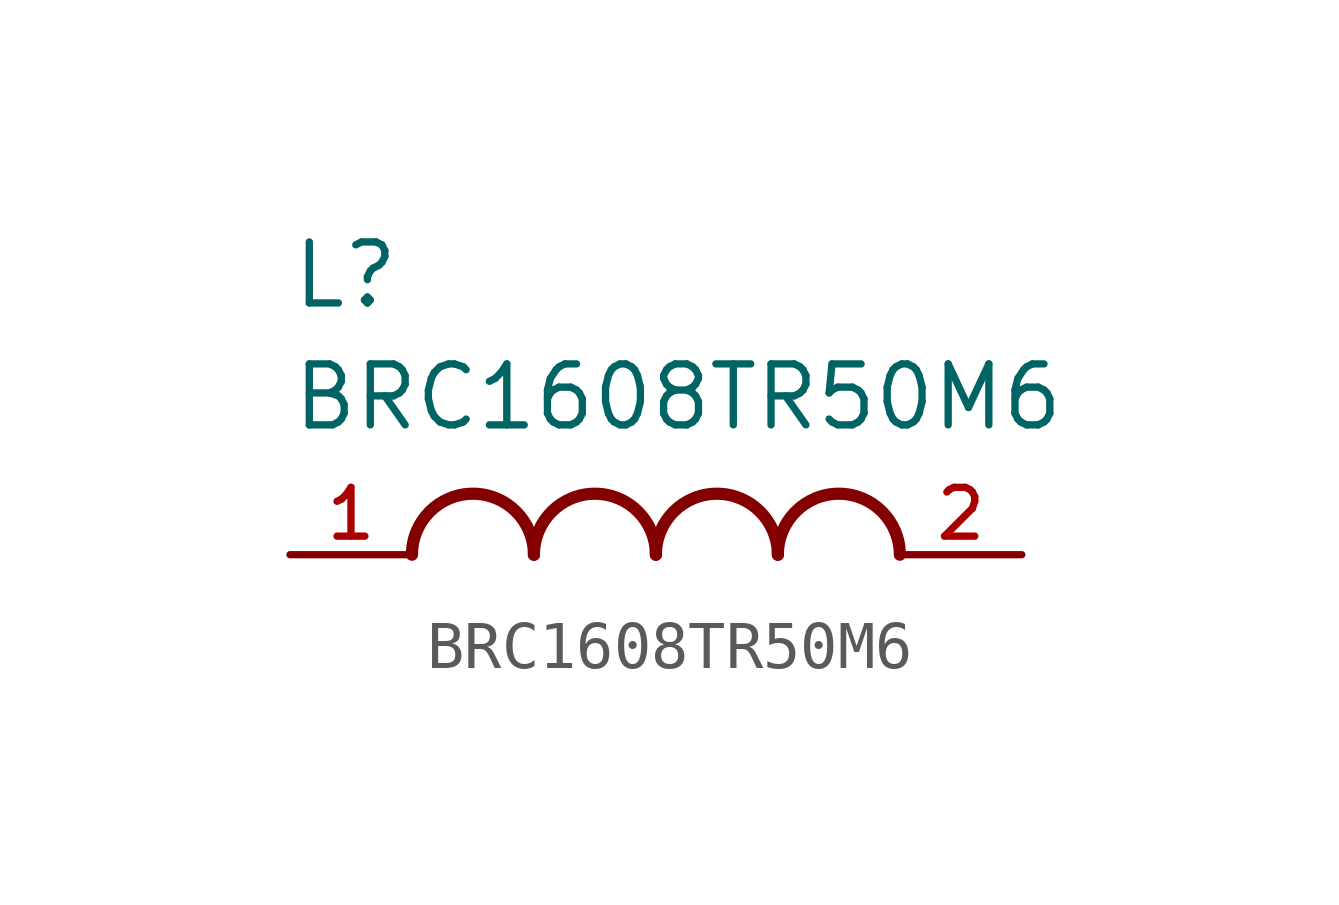
<source format=kicad_sym>
(kicad_symbol_lib
  (version 20211014)
  (generator kicad_symbol_editor)
  (symbol "BRC1608TR50M6"
    (pin_names
      (offset 1.016))
    (property "Reference" "L"
      (at -7.62 5.08 0)
      (effects (font (size 1.27 1.27)) (justify bottom left)))
    (property "Value" "BRC1608TR50M6"
      (at -7.62 2.54 0)
      (effects (font (size 1.27 1.27)) (justify bottom left)))
    (symbol "BRC1608TR50M6_0_0"
      (arc (start -2.54 0.0) (mid -3.81 1.27) (end -5.08 0.0) (stroke (width 0.254) (type default) (color 0 0 0 0)) (fill (type none)))
      (arc (start 0.0 0.0) (mid -1.27 1.27) (end -2.54 0.0) (stroke (width 0.254) (type default) (color 0 0 0 0)) (fill (type none)))
      (arc (start 2.54 0.0) (mid 1.27 1.27) (end 0.0 0.0) (stroke (width 0.254) (type default) (color 0 0 0 0)) (fill (type none)))
      (arc (start 5.08 0.0) (mid 3.81 1.27) (end 2.54 0.0) (stroke (width 0.254) (type default) (color 0 0 0 0)) (fill (type none)))
      (pin passive line (at -7.62 0.0 0) (length 2.54) (name "~" (effects (font (size 1.016 1.016)))) (number "1" (effects (font (size 1.016 1.016)))))
      (pin passive line (at 7.62 0.0 180.0) (length 2.54) (name "~" (effects (font (size 1.016 1.016)))) (number "2" (effects (font (size 1.016 1.016))))))))
</source>
